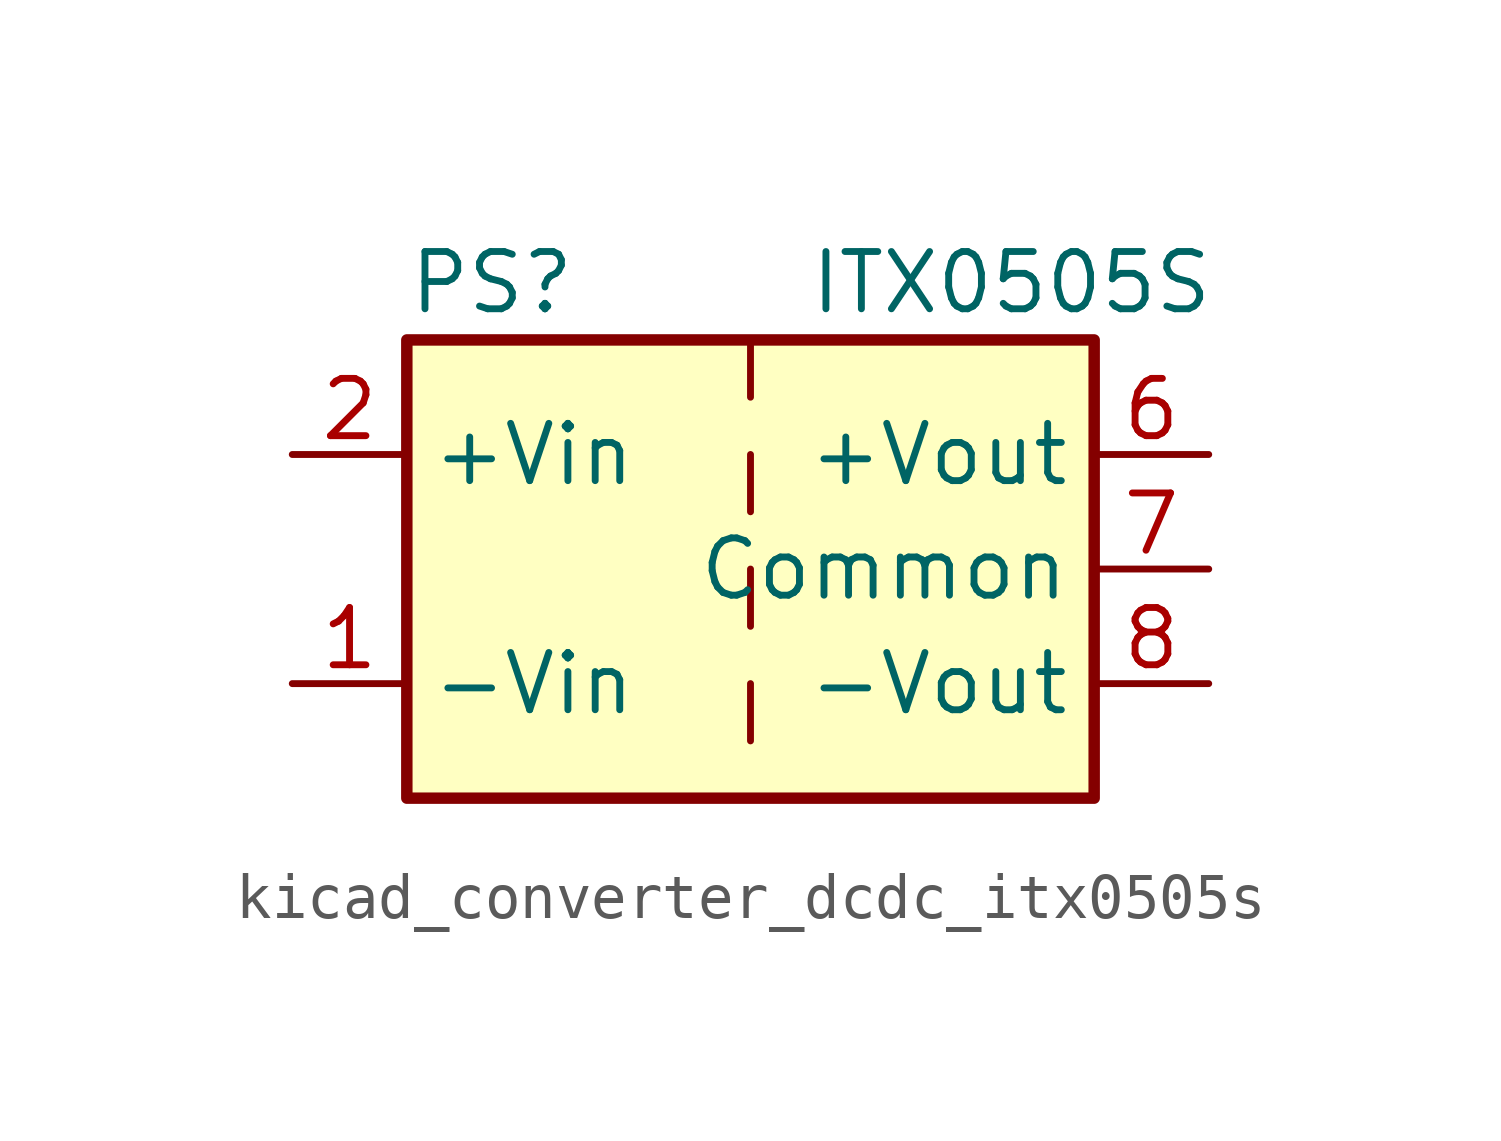
<source format=kicad_sym>
(kicad_symbol_lib
  (version 20220914)
  (generator kicad_symbol_editor)
  (symbol "kicad_converter_dcdc_itx0505s"
    (property "Reference" "PS"
      (at -7.62 6.35 0)
      (effects (font (size 1.27 1.27)) (justify left)))
    (property "Value" "ITX0505S"
      (at 1.27 6.35 0)
      (effects (font (size 1.27 1.27)) (justify left)))
    (symbol "kicad_converter_dcdc_itx0505s_0_0"
      (pin power_in line (at -10.16 -2.54 0) (length 2.54) (name "-Vin" (effects (font (size 1.27 1.27)))) (number "1" (effects (font (size 1.27 1.27)))))
      (pin power_in line (at -10.16 2.54 0) (length 2.54) (name "+Vin" (effects (font (size 1.27 1.27)))) (number "2" (effects (font (size 1.27 1.27)))))
      (pin no_connect line (at 0 -5.08 90) (length 2.54) hide (name "NC" (effects (font (size 1.27 1.27)))) (number "3" (effects (font (size 1.27 1.27)))))
      (pin no_connect line (at 0 5.08 270) (length 2.54) hide (name "NC" (effects (font (size 1.27 1.27)))) (number "5" (effects (font (size 1.27 1.27)))))
      (pin power_out line (at 10.16 2.54 180) (length 2.54) (name "+Vout" (effects (font (size 1.27 1.27)))) (number "6" (effects (font (size 1.27 1.27)))))
      (pin power_out line (at 10.16 0 180) (length 2.54) (name "Common" (effects (font (size 1.27 1.27)))) (number "7" (effects (font (size 1.27 1.27)))))
      (pin power_out line (at 10.16 -2.54 180) (length 2.54) (name "-Vout" (effects (font (size 1.27 1.27)))) (number "8" (effects (font (size 1.27 1.27))))))
    (symbol "kicad_converter_dcdc_itx0505s_0_1"
      (rectangle (start -7.62 5.08) (end 7.62 -5.08) (stroke (width 0.254) (type default)) (fill (type background)))
      (polyline (pts (xy 0 -2.54) (xy 0 -3.81)) (stroke (width 0) (type default)) (fill (type none)))
      (polyline (pts (xy 0 0) (xy 0 -1.27)) (stroke (width 0) (type default)) (fill (type none)))
      (polyline (pts (xy 0 2.54) (xy 0 1.27)) (stroke (width 0) (type default)) (fill (type none)))
      (polyline (pts (xy 0 5.08) (xy 0 3.81)) (stroke (width 0) (type default)) (fill (type none))))))
</source>
